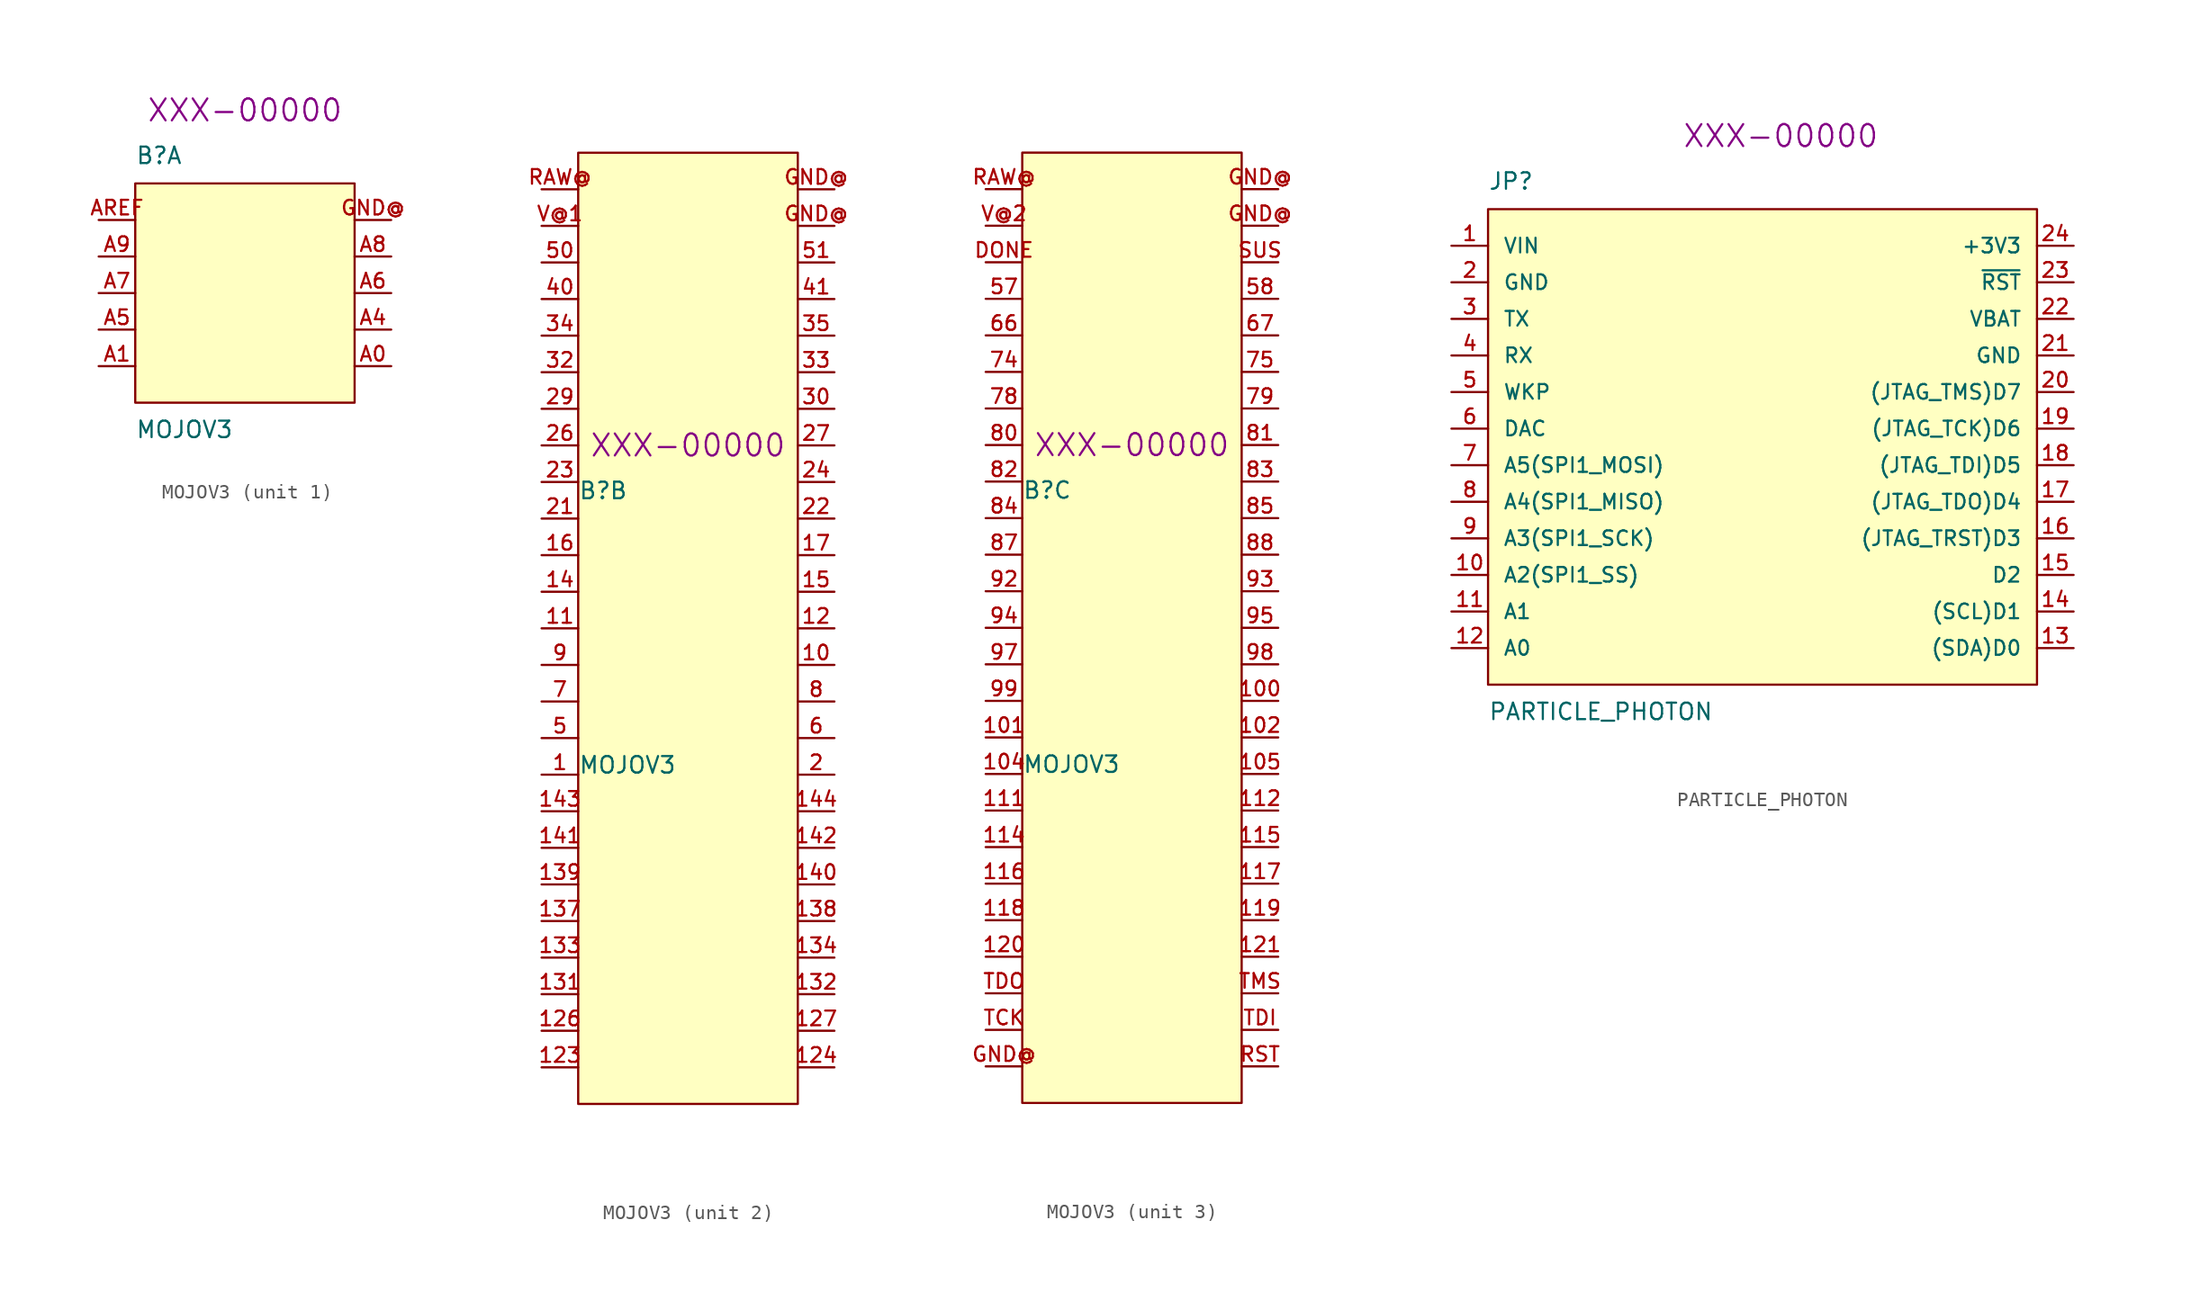
<source format=kicad_sym>
(kicad_symbol_lib
  (version 20201005)
  (generator kicad_symbol_editor)
  (symbol "MOJOV3"
    (pin_names
      (offset 1.016) hide)
    (property "Reference" "B"
      (at -7.62 8.89 0)
      (effects (font (size 1.143 1.143)) (justify left bottom)))
    (property "Value" "MOJOV3"
      (at -7.62 -10.16 0)
      (effects (font (size 1.143 1.143)) (justify left bottom)))
    (property "Field4" "XXX-00000"
      (at 0 12.7 0)
      (effects (font (size 1.524 1.524))))
    (property "ki_locked" ""
      (at 0 0 0)
      (effects (font (size 1.27 1.27))))
    (symbol "MOJOV3_1_1"
      (polyline (pts (xy -7.62 7.62) (xy 7.62 7.62) (xy 7.62 -7.62) (xy -7.62 -7.62) (xy -7.62 7.62)) (stroke (width 0)) (fill (type background)))
      (pin input line (at 10.16 -5.08 180) (length 2.54) (name "A0" (effects (font (size 1.016 1.016)))) (number "A0" (effects (font (size 1.016 1.016)))))
      (pin input line (at -10.16 -5.08 0) (length 2.54) (name "A1" (effects (font (size 1.016 1.016)))) (number "A1" (effects (font (size 1.016 1.016)))))
      (pin input line (at 10.16 -2.54 180) (length 2.54) (name "A4" (effects (font (size 1.016 1.016)))) (number "A4" (effects (font (size 1.016 1.016)))))
      (pin input line (at -10.16 -2.54 0) (length 2.54) (name "A5" (effects (font (size 1.016 1.016)))) (number "A5" (effects (font (size 1.016 1.016)))))
      (pin input line (at 10.16 0 180) (length 2.54) (name "A6" (effects (font (size 1.016 1.016)))) (number "A6" (effects (font (size 1.016 1.016)))))
      (pin input line (at -10.16 0 0) (length 2.54) (name "A7" (effects (font (size 1.016 1.016)))) (number "A7" (effects (font (size 1.016 1.016)))))
      (pin input line (at 10.16 2.54 180) (length 2.54) (name "A8" (effects (font (size 1.016 1.016)))) (number "A8" (effects (font (size 1.016 1.016)))))
      (pin input line (at -10.16 2.54 0) (length 2.54) (name "A9" (effects (font (size 1.016 1.016)))) (number "A9" (effects (font (size 1.016 1.016)))))
      (pin power_out line (at 10.16 5.08 180) (length 2.54) (name "GND" (effects (font (size 1.016 1.016)))) (number "GND@" (effects (font (size 1.016 1.016)))))
      (pin input line (at -10.16 5.08 0) (length 2.54) (name "AREF" (effects (font (size 1.016 1.016)))) (number "AREF" (effects (font (size 1.016 1.016))))))
    (symbol "MOJOV3_2_1"
      (polyline (pts (xy -7.62 33.02) (xy 7.62 33.02) (xy 7.62 -33.02) (xy -7.62 -33.02) (xy -7.62 33.02)) (stroke (width 0)) (fill (type background)))
      (pin bidirectional line (at -10.16 -10.16 0) (length 2.54) (name "1" (effects (font (size 1.016 1.016)))) (number "1" (effects (font (size 1.016 1.016)))))
      (pin bidirectional line (at 10.16 -10.16 180) (length 2.54) (name "2" (effects (font (size 1.016 1.016)))) (number "2" (effects (font (size 1.016 1.016)))))
      (pin bidirectional line (at -10.16 -7.62 0) (length 2.54) (name "5" (effects (font (size 1.016 1.016)))) (number "5" (effects (font (size 1.016 1.016)))))
      (pin bidirectional line (at 10.16 -7.62 180) (length 2.54) (name "6" (effects (font (size 1.016 1.016)))) (number "6" (effects (font (size 1.016 1.016)))))
      (pin bidirectional line (at -10.16 -5.08 0) (length 2.54) (name "7" (effects (font (size 1.016 1.016)))) (number "7" (effects (font (size 1.016 1.016)))))
      (pin bidirectional line (at 10.16 -5.08 180) (length 2.54) (name "8" (effects (font (size 1.016 1.016)))) (number "8" (effects (font (size 1.016 1.016)))))
      (pin bidirectional line (at -10.16 -2.54 0) (length 2.54) (name "9" (effects (font (size 1.016 1.016)))) (number "9" (effects (font (size 1.016 1.016)))))
      (pin bidirectional line (at 10.16 -2.54 180) (length 2.54) (name "10" (effects (font (size 1.016 1.016)))) (number "10" (effects (font (size 1.016 1.016)))))
      (pin bidirectional line (at 10.16 15.24 180) (length 2.54) (name "30" (effects (font (size 1.016 1.016)))) (number "30" (effects (font (size 1.016 1.016)))))
      (pin bidirectional line (at -10.16 22.86 0) (length 2.54) (name "40" (effects (font (size 1.016 1.016)))) (number "40" (effects (font (size 1.016 1.016)))))
      (pin bidirectional line (at -10.16 25.4 0) (length 2.54) (name "50" (effects (font (size 1.016 1.016)))) (number "50" (effects (font (size 1.016 1.016)))))
      (pin bidirectional line (at -10.16 0 0) (length 2.54) (name "11" (effects (font (size 1.016 1.016)))) (number "11" (effects (font (size 1.016 1.016)))))
      (pin bidirectional line (at -10.16 7.62 0) (length 2.54) (name "21" (effects (font (size 1.016 1.016)))) (number "21" (effects (font (size 1.016 1.016)))))
      (pin bidirectional line (at 10.16 22.86 180) (length 2.54) (name "41" (effects (font (size 1.016 1.016)))) (number "41" (effects (font (size 1.016 1.016)))))
      (pin bidirectional line (at 10.16 25.4 180) (length 2.54) (name "51" (effects (font (size 1.016 1.016)))) (number "51" (effects (font (size 1.016 1.016)))))
      (pin bidirectional line (at 10.16 0 180) (length 2.54) (name "12" (effects (font (size 1.016 1.016)))) (number "12" (effects (font (size 1.016 1.016)))))
      (pin bidirectional line (at 10.16 7.62 180) (length 2.54) (name "22" (effects (font (size 1.016 1.016)))) (number "22" (effects (font (size 1.016 1.016)))))
      (pin bidirectional line (at -10.16 17.78 0) (length 2.54) (name "32" (effects (font (size 1.016 1.016)))) (number "32" (effects (font (size 1.016 1.016)))))
      (pin bidirectional line (at -10.16 10.16 0) (length 2.54) (name "23" (effects (font (size 1.016 1.016)))) (number "23" (effects (font (size 1.016 1.016)))))
      (pin bidirectional line (at 10.16 17.78 180) (length 2.54) (name "33" (effects (font (size 1.016 1.016)))) (number "33" (effects (font (size 1.016 1.016)))))
      (pin bidirectional line (at -10.16 2.54 0) (length 2.54) (name "14" (effects (font (size 1.016 1.016)))) (number "14" (effects (font (size 1.016 1.016)))))
      (pin bidirectional line (at 10.16 10.16 180) (length 2.54) (name "24" (effects (font (size 1.016 1.016)))) (number "24" (effects (font (size 1.016 1.016)))))
      (pin bidirectional line (at -10.16 20.32 0) (length 2.54) (name "34" (effects (font (size 1.016 1.016)))) (number "34" (effects (font (size 1.016 1.016)))))
      (pin bidirectional line (at 10.16 2.54 180) (length 2.54) (name "15" (effects (font (size 1.016 1.016)))) (number "15" (effects (font (size 1.016 1.016)))))
      (pin bidirectional line (at 10.16 20.32 180) (length 2.54) (name "35" (effects (font (size 1.016 1.016)))) (number "35" (effects (font (size 1.016 1.016)))))
      (pin bidirectional line (at -10.16 5.08 0) (length 2.54) (name "16" (effects (font (size 1.016 1.016)))) (number "16" (effects (font (size 1.016 1.016)))))
      (pin bidirectional line (at -10.16 12.7 0) (length 2.54) (name "26" (effects (font (size 1.016 1.016)))) (number "26" (effects (font (size 1.016 1.016)))))
      (pin bidirectional line (at 10.16 5.08 180) (length 2.54) (name "17" (effects (font (size 1.016 1.016)))) (number "17" (effects (font (size 1.016 1.016)))))
      (pin bidirectional line (at 10.16 12.7 180) (length 2.54) (name "27" (effects (font (size 1.016 1.016)))) (number "27" (effects (font (size 1.016 1.016)))))
      (pin bidirectional line (at -10.16 15.24 0) (length 2.54) (name "29" (effects (font (size 1.016 1.016)))) (number "29" (effects (font (size 1.016 1.016)))))
      (pin bidirectional line (at 10.16 -17.78 180) (length 2.54) (name "140" (effects (font (size 1.016 1.016)))) (number "140" (effects (font (size 1.016 1.016)))))
      (pin bidirectional line (at -10.16 -25.4 0) (length 2.54) (name "131" (effects (font (size 1.016 1.016)))) (number "131" (effects (font (size 1.016 1.016)))))
      (pin bidirectional line (at -10.16 -15.24 0) (length 2.54) (name "141" (effects (font (size 1.016 1.016)))) (number "141" (effects (font (size 1.016 1.016)))))
      (pin power_out line (at -10.16 27.94 0) (length 2.54) (name "+V" (effects (font (size 1.016 1.016)))) (number "V@1" (effects (font (size 1.016 1.016)))))
      (pin bidirectional line (at 10.16 -25.4 180) (length 2.54) (name "132" (effects (font (size 1.016 1.016)))) (number "132" (effects (font (size 1.016 1.016)))))
      (pin bidirectional line (at 10.16 -15.24 180) (length 2.54) (name "142" (effects (font (size 1.016 1.016)))) (number "142" (effects (font (size 1.016 1.016)))))
      (pin bidirectional line (at -10.16 -30.48 0) (length 2.54) (name "123" (effects (font (size 1.016 1.016)))) (number "123" (effects (font (size 1.016 1.016)))))
      (pin bidirectional line (at -10.16 -22.86 0) (length 2.54) (name "133" (effects (font (size 1.016 1.016)))) (number "133" (effects (font (size 1.016 1.016)))))
      (pin bidirectional line (at -10.16 -12.7 0) (length 2.54) (name "143" (effects (font (size 1.016 1.016)))) (number "143" (effects (font (size 1.016 1.016)))))
      (pin bidirectional line (at 10.16 -30.48 180) (length 2.54) (name "124" (effects (font (size 1.016 1.016)))) (number "124" (effects (font (size 1.016 1.016)))))
      (pin bidirectional line (at 10.16 -22.86 180) (length 2.54) (name "134" (effects (font (size 1.016 1.016)))) (number "134" (effects (font (size 1.016 1.016)))))
      (pin bidirectional line (at 10.16 -12.7 180) (length 2.54) (name "144" (effects (font (size 1.016 1.016)))) (number "144" (effects (font (size 1.016 1.016)))))
      (pin bidirectional line (at -10.16 -27.94 0) (length 2.54) (name "126" (effects (font (size 1.016 1.016)))) (number "126" (effects (font (size 1.016 1.016)))))
      (pin bidirectional line (at 10.16 -27.94 180) (length 2.54) (name "127" (effects (font (size 1.016 1.016)))) (number "127" (effects (font (size 1.016 1.016)))))
      (pin bidirectional line (at -10.16 -20.32 0) (length 2.54) (name "137" (effects (font (size 1.016 1.016)))) (number "137" (effects (font (size 1.016 1.016)))))
      (pin bidirectional line (at 10.16 -20.32 180) (length 2.54) (name "138" (effects (font (size 1.016 1.016)))) (number "138" (effects (font (size 1.016 1.016)))))
      (pin bidirectional line (at -10.16 -17.78 0) (length 2.54) (name "139" (effects (font (size 1.016 1.016)))) (number "139" (effects (font (size 1.016 1.016)))))
      (pin power_out line (at 10.16 27.94 180) (length 2.54) (name "GND" (effects (font (size 1.016 1.016)))) (number "GND@" (effects (font (size 1.016 1.016)))))
      (pin power_out line (at 10.16 30.48 180) (length 2.54) (name "GND" (effects (font (size 1.016 1.016)))) (number "GND@" (effects (font (size 1.016 1.016)))))
      (pin power_out line (at -10.16 30.48 0) (length 2.54) (name "RAW" (effects (font (size 1.016 1.016)))) (number "RAW@" (effects (font (size 1.016 1.016))))))
    (symbol "MOJOV3_3_1"
      (polyline (pts (xy -7.62 33.02) (xy 7.62 33.02) (xy 7.62 -33.02) (xy -7.62 -33.02) (xy -7.62 33.02)) (stroke (width 0)) (fill (type background)))
      (pin bidirectional line (at -10.16 12.7 0) (length 2.54) (name "80" (effects (font (size 1.016 1.016)))) (number "80" (effects (font (size 1.016 1.016)))))
      (pin bidirectional line (at 10.16 12.7 180) (length 2.54) (name "81" (effects (font (size 1.016 1.016)))) (number "81" (effects (font (size 1.016 1.016)))))
      (pin bidirectional line (at -10.16 10.16 0) (length 2.54) (name "82" (effects (font (size 1.016 1.016)))) (number "82" (effects (font (size 1.016 1.016)))))
      (pin bidirectional line (at -10.16 2.54 0) (length 2.54) (name "92" (effects (font (size 1.016 1.016)))) (number "92" (effects (font (size 1.016 1.016)))))
      (pin bidirectional line (at 10.16 10.16 180) (length 2.54) (name "83" (effects (font (size 1.016 1.016)))) (number "83" (effects (font (size 1.016 1.016)))))
      (pin bidirectional line (at 10.16 2.54 180) (length 2.54) (name "93" (effects (font (size 1.016 1.016)))) (number "93" (effects (font (size 1.016 1.016)))))
      (pin bidirectional line (at -10.16 17.78 0) (length 2.54) (name "74" (effects (font (size 1.016 1.016)))) (number "74" (effects (font (size 1.016 1.016)))))
      (pin bidirectional line (at -10.16 7.62 0) (length 2.54) (name "84" (effects (font (size 1.016 1.016)))) (number "84" (effects (font (size 1.016 1.016)))))
      (pin bidirectional line (at -10.16 0 0) (length 2.54) (name "94" (effects (font (size 1.016 1.016)))) (number "94" (effects (font (size 1.016 1.016)))))
      (pin bidirectional line (at 10.16 17.78 180) (length 2.54) (name "75" (effects (font (size 1.016 1.016)))) (number "75" (effects (font (size 1.016 1.016)))))
      (pin bidirectional line (at 10.16 7.62 180) (length 2.54) (name "85" (effects (font (size 1.016 1.016)))) (number "85" (effects (font (size 1.016 1.016)))))
      (pin bidirectional line (at 10.16 0 180) (length 2.54) (name "95" (effects (font (size 1.016 1.016)))) (number "95" (effects (font (size 1.016 1.016)))))
      (pin bidirectional line (at -10.16 20.32 0) (length 2.54) (name "66" (effects (font (size 1.016 1.016)))) (number "66" (effects (font (size 1.016 1.016)))))
      (pin bidirectional line (at -10.16 22.86 0) (length 2.54) (name "57" (effects (font (size 1.016 1.016)))) (number "57" (effects (font (size 1.016 1.016)))))
      (pin bidirectional line (at 10.16 20.32 180) (length 2.54) (name "67" (effects (font (size 1.016 1.016)))) (number "67" (effects (font (size 1.016 1.016)))))
      (pin bidirectional line (at -10.16 5.08 0) (length 2.54) (name "87" (effects (font (size 1.016 1.016)))) (number "87" (effects (font (size 1.016 1.016)))))
      (pin bidirectional line (at -10.16 -2.54 0) (length 2.54) (name "97" (effects (font (size 1.016 1.016)))) (number "97" (effects (font (size 1.016 1.016)))))
      (pin bidirectional line (at 10.16 22.86 180) (length 2.54) (name "58" (effects (font (size 1.016 1.016)))) (number "58" (effects (font (size 1.016 1.016)))))
      (pin bidirectional line (at -10.16 15.24 0) (length 2.54) (name "78" (effects (font (size 1.016 1.016)))) (number "78" (effects (font (size 1.016 1.016)))))
      (pin bidirectional line (at 10.16 5.08 180) (length 2.54) (name "88" (effects (font (size 1.016 1.016)))) (number "88" (effects (font (size 1.016 1.016)))))
      (pin bidirectional line (at 10.16 -2.54 180) (length 2.54) (name "98" (effects (font (size 1.016 1.016)))) (number "98" (effects (font (size 1.016 1.016)))))
      (pin bidirectional line (at 10.16 15.24 180) (length 2.54) (name "79" (effects (font (size 1.016 1.016)))) (number "79" (effects (font (size 1.016 1.016)))))
      (pin bidirectional line (at -10.16 -5.08 0) (length 2.54) (name "99" (effects (font (size 1.016 1.016)))) (number "99" (effects (font (size 1.016 1.016)))))
      (pin bidirectional line (at 10.16 -5.08 180) (length 2.54) (name "100" (effects (font (size 1.016 1.016)))) (number "100" (effects (font (size 1.016 1.016)))))
      (pin bidirectional line (at -10.16 -22.86 0) (length 2.54) (name "120" (effects (font (size 1.016 1.016)))) (number "120" (effects (font (size 1.016 1.016)))))
      (pin bidirectional line (at -10.16 -7.62 0) (length 2.54) (name "101" (effects (font (size 1.016 1.016)))) (number "101" (effects (font (size 1.016 1.016)))))
      (pin bidirectional line (at -10.16 -12.7 0) (length 2.54) (name "111" (effects (font (size 1.016 1.016)))) (number "111" (effects (font (size 1.016 1.016)))))
      (pin bidirectional line (at 10.16 -22.86 180) (length 2.54) (name "121" (effects (font (size 1.016 1.016)))) (number "121" (effects (font (size 1.016 1.016)))))
      (pin bidirectional line (at 10.16 -7.62 180) (length 2.54) (name "102" (effects (font (size 1.016 1.016)))) (number "102" (effects (font (size 1.016 1.016)))))
      (pin bidirectional line (at 10.16 -12.7 180) (length 2.54) (name "112" (effects (font (size 1.016 1.016)))) (number "112" (effects (font (size 1.016 1.016)))))
      (pin power_out line (at -10.16 27.94 0) (length 2.54) (name "+V" (effects (font (size 1.016 1.016)))) (number "V@2" (effects (font (size 1.016 1.016)))))
      (pin bidirectional line (at -10.16 -10.16 0) (length 2.54) (name "104" (effects (font (size 1.016 1.016)))) (number "104" (effects (font (size 1.016 1.016)))))
      (pin bidirectional line (at -10.16 -15.24 0) (length 2.54) (name "114" (effects (font (size 1.016 1.016)))) (number "114" (effects (font (size 1.016 1.016)))))
      (pin bidirectional line (at 10.16 -10.16 180) (length 2.54) (name "105" (effects (font (size 1.016 1.016)))) (number "105" (effects (font (size 1.016 1.016)))))
      (pin bidirectional line (at 10.16 -15.24 180) (length 2.54) (name "115" (effects (font (size 1.016 1.016)))) (number "115" (effects (font (size 1.016 1.016)))))
      (pin bidirectional line (at -10.16 -17.78 0) (length 2.54) (name "116" (effects (font (size 1.016 1.016)))) (number "116" (effects (font (size 1.016 1.016)))))
      (pin bidirectional line (at 10.16 -17.78 180) (length 2.54) (name "117" (effects (font (size 1.016 1.016)))) (number "117" (effects (font (size 1.016 1.016)))))
      (pin bidirectional line (at -10.16 -20.32 0) (length 2.54) (name "118" (effects (font (size 1.016 1.016)))) (number "118" (effects (font (size 1.016 1.016)))))
      (pin bidirectional line (at 10.16 -20.32 180) (length 2.54) (name "119" (effects (font (size 1.016 1.016)))) (number "119" (effects (font (size 1.016 1.016)))))
      (pin input line (at 10.16 -27.94 180) (length 2.54) (name "TDI" (effects (font (size 1.016 1.016)))) (number "TDI" (effects (font (size 1.016 1.016)))))
      (pin input line (at -10.16 -27.94 0) (length 2.54) (name "TCK" (effects (font (size 1.016 1.016)))) (number "TCK" (effects (font (size 1.016 1.016)))))
      (pin output line (at -10.16 -25.4 0) (length 2.54) (name "TDO" (effects (font (size 1.016 1.016)))) (number "TDO" (effects (font (size 1.016 1.016)))))
      (pin input line (at 10.16 -25.4 180) (length 2.54) (name "TMS" (effects (font (size 1.016 1.016)))) (number "TMS" (effects (font (size 1.016 1.016)))))
      (pin input line (at 10.16 25.4 180) (length 2.54) (name "SUS" (effects (font (size 1.016 1.016)))) (number "SUS" (effects (font (size 1.016 1.016)))))
      (pin input line (at 10.16 -30.48 180) (length 2.54) (name "RST" (effects (font (size 1.016 1.016)))) (number "RST" (effects (font (size 1.016 1.016)))))
      (pin power_out line (at -10.16 -30.48 0) (length 2.54) (name "GND" (effects (font (size 1.016 1.016)))) (number "GND@" (effects (font (size 1.016 1.016)))))
      (pin power_out line (at 10.16 27.94 180) (length 2.54) (name "GND" (effects (font (size 1.016 1.016)))) (number "GND@" (effects (font (size 1.016 1.016)))))
      (pin power_out line (at 10.16 30.48 180) (length 2.54) (name "GND" (effects (font (size 1.016 1.016)))) (number "GND@" (effects (font (size 1.016 1.016)))))
      (pin power_out line (at -10.16 30.48 0) (length 2.54) (name "RAW" (effects (font (size 1.016 1.016)))) (number "RAW@" (effects (font (size 1.016 1.016)))))
      (pin bidirectional line (at -10.16 25.4 0) (length 2.54) (name "DONE" (effects (font (size 1.016 1.016)))) (number "DONE" (effects (font (size 1.016 1.016)))))))
  (symbol "PARTICLE_PHOTON"
    (pin_names
      (offset 1.016))
    (property "Reference" "JP"
      (at -20.32 19.05 0)
      (effects (font (size 1.143 1.143)) (justify left bottom)))
    (property "Value" "PARTICLE_PHOTON"
      (at -20.32 -17.78 0)
      (effects (font (size 1.143 1.143)) (justify left bottom)))
    (property "Field4" "XXX-00000"
      (at 0 22.86 0)
      (effects (font (size 1.524 1.524))))
    (property "ki_locked" ""
      (at 0 0 0)
      (effects (font (size 1.27 1.27))))
    (symbol "PARTICLE_PHOTON_1_1"
      (polyline (pts (xy -20.32 17.78) (xy -20.32 -15.24) (xy 17.78 -15.24) (xy 17.78 17.78) (xy -20.32 17.78)) (stroke (width 0)) (fill (type background)))
      (pin power_in line (at -22.86 15.24 0) (length 2.54) (name "VIN" (effects (font (size 1.016 1.016)))) (number "1" (effects (font (size 1.016 1.016)))))
      (pin power_in line (at -22.86 12.7 0) (length 2.54) (name "GND" (effects (font (size 1.016 1.016)))) (number "2" (effects (font (size 1.016 1.016)))))
      (pin bidirectional line (at -22.86 10.16 0) (length 2.54) (name "TX" (effects (font (size 1.016 1.016)))) (number "3" (effects (font (size 1.016 1.016)))))
      (pin bidirectional line (at -22.86 7.62 0) (length 2.54) (name "RX" (effects (font (size 1.016 1.016)))) (number "4" (effects (font (size 1.016 1.016)))))
      (pin bidirectional line (at -22.86 5.08 0) (length 2.54) (name "WKP" (effects (font (size 1.016 1.016)))) (number "5" (effects (font (size 1.016 1.016)))))
      (pin bidirectional line (at -22.86 2.54 0) (length 2.54) (name "DAC" (effects (font (size 1.016 1.016)))) (number "6" (effects (font (size 1.016 1.016)))))
      (pin bidirectional line (at -22.86 0 0) (length 2.54) (name "A5(SPI1_MOSI)" (effects (font (size 1.016 1.016)))) (number "7" (effects (font (size 1.016 1.016)))))
      (pin bidirectional line (at -22.86 -2.54 0) (length 2.54) (name "A4(SPI1_MISO)" (effects (font (size 1.016 1.016)))) (number "8" (effects (font (size 1.016 1.016)))))
      (pin bidirectional line (at -22.86 -5.08 0) (length 2.54) (name "A3(SPI1_SCK)" (effects (font (size 1.016 1.016)))) (number "9" (effects (font (size 1.016 1.016)))))
      (pin bidirectional line (at -22.86 -7.62 0) (length 2.54) (name "A2(SPI1_SS)" (effects (font (size 1.016 1.016)))) (number "10" (effects (font (size 1.016 1.016)))))
      (pin bidirectional line (at 20.32 5.08 180) (length 2.54) (name "(JTAG_TMS)D7" (effects (font (size 1.016 1.016)))) (number "20" (effects (font (size 1.016 1.016)))))
      (pin bidirectional line (at -22.86 -10.16 0) (length 2.54) (name "A1" (effects (font (size 1.016 1.016)))) (number "11" (effects (font (size 1.016 1.016)))))
      (pin power_in line (at 20.32 7.62 180) (length 2.54) (name "GND" (effects (font (size 1.016 1.016)))) (number "21" (effects (font (size 1.016 1.016)))))
      (pin bidirectional line (at -22.86 -12.7 0) (length 2.54) (name "A0" (effects (font (size 1.016 1.016)))) (number "12" (effects (font (size 1.016 1.016)))))
      (pin power_in line (at 20.32 10.16 180) (length 2.54) (name "VBAT" (effects (font (size 1.016 1.016)))) (number "22" (effects (font (size 1.016 1.016)))))
      (pin bidirectional line (at 20.32 -12.7 180) (length 2.54) (name "(SDA)D0" (effects (font (size 1.016 1.016)))) (number "13" (effects (font (size 1.016 1.016)))))
      (pin bidirectional line (at 20.32 12.7 180) (length 2.54) (name "~RST~" (effects (font (size 1.016 1.016)))) (number "23" (effects (font (size 1.016 1.016)))))
      (pin bidirectional line (at 20.32 -10.16 180) (length 2.54) (name "(SCL)D1" (effects (font (size 1.016 1.016)))) (number "14" (effects (font (size 1.016 1.016)))))
      (pin power_in line (at 20.32 15.24 180) (length 2.54) (name "+3V3" (effects (font (size 1.016 1.016)))) (number "24" (effects (font (size 1.016 1.016)))))
      (pin bidirectional line (at 20.32 -7.62 180) (length 2.54) (name "D2" (effects (font (size 1.016 1.016)))) (number "15" (effects (font (size 1.016 1.016)))))
      (pin bidirectional line (at 20.32 -5.08 180) (length 2.54) (name "(JTAG_TRST)D3" (effects (font (size 1.016 1.016)))) (number "16" (effects (font (size 1.016 1.016)))))
      (pin bidirectional line (at 20.32 -2.54 180) (length 2.54) (name "(JTAG_TDO)D4" (effects (font (size 1.016 1.016)))) (number "17" (effects (font (size 1.016 1.016)))))
      (pin bidirectional line (at 20.32 0 180) (length 2.54) (name "(JTAG_TDI)D5" (effects (font (size 1.016 1.016)))) (number "18" (effects (font (size 1.016 1.016)))))
      (pin bidirectional line (at 20.32 2.54 180) (length 2.54) (name "(JTAG_TCK)D6" (effects (font (size 1.016 1.016)))) (number "19" (effects (font (size 1.016 1.016))))))))
</source>
